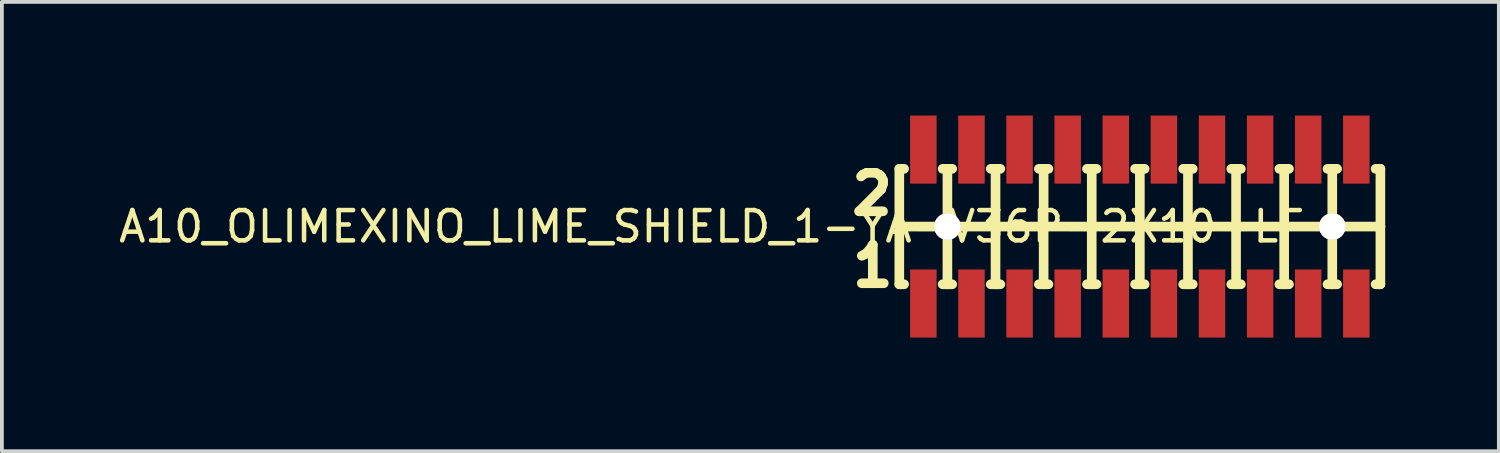
<source format=kicad_pcb>
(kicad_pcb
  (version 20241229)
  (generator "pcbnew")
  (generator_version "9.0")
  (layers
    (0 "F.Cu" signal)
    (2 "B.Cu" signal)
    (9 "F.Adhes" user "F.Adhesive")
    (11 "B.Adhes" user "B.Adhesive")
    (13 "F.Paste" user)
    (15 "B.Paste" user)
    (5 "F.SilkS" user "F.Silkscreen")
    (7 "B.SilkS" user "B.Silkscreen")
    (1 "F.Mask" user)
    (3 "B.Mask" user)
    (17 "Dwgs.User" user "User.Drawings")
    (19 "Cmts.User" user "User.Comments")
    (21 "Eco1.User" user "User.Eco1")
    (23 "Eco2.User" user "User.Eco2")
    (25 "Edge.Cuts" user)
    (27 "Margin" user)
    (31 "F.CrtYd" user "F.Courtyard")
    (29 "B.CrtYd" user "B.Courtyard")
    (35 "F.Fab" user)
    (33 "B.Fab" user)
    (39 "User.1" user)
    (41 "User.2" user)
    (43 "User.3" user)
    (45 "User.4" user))
  (footprint "A10_OLIMEXINO_LIME_SHIELD_1-YA-V36P-2X10-LF"
    (layer "F.Cu")
    (at 27.041 2.931)
    (property "Reference" "A10_OLIMEXINO_LIME_SHIELD_1-YA-V36P-2X10-LF" (at -11.303 0 0) (layer "F.SilkS") (effects (font (size 0.8 0.8) (thickness 0.12))))
    (attr smd)
    (fp_line (start -6.35 -1.524) (end -6.35 0) (stroke (width 0.254) (type solid)) (layer "F.SilkS"))
    (fp_line (start -6.35 0) (end -6.35 1.524) (stroke (width 0.254) (type solid)) (layer "F.SilkS"))
    (fp_line (start -6.35 0) (end -5.08 0) (stroke (width 0.254) (type solid)) (layer "F.SilkS"))
    (fp_line (start -6.35 1.524) (end -6.223 1.524) (stroke (width 0.254) (type solid)) (layer "F.SilkS"))
    (fp_line (start -6.223 -1.524) (end -6.35 -1.524) (stroke (width 0.254) (type solid)) (layer "F.SilkS"))
    (fp_line (start -5.428 0) (end -4.729 0) (stroke (width 0.127) (type solid)) (layer "F.SilkS"))
    (fp_line (start -5.207 -1.524) (end -5.08 -1.524) (stroke (width 0.254) (type solid)) (layer "F.SilkS"))
    (fp_line (start -5.207 1.524) (end -5.08 1.524) (stroke (width 0.254) (type solid)) (layer "F.SilkS"))
    (fp_line (start -5.08 -1.524) (end -4.953 -1.524) (stroke (width 0.254) (type solid)) (layer "F.SilkS"))
    (fp_line (start -5.08 0) (end -5.08 -1.524) (stroke (width 0.254) (type solid)) (layer "F.SilkS"))
    (fp_line (start -5.08 0) (end -3.81 0) (stroke (width 0.254) (type solid)) (layer "F.SilkS"))
    (fp_line (start -5.08 0.348) (end -5.08 -0.348) (stroke (width 0.127) (type solid)) (layer "F.SilkS"))
    (fp_line (start -5.08 1.524) (end -5.08 0) (stroke (width 0.254) (type solid)) (layer "F.SilkS"))
    (fp_line (start -5.08 1.524) (end -4.953 1.524) (stroke (width 0.254) (type solid)) (layer "F.SilkS"))
    (fp_line (start -3.937 -1.524) (end -3.81 -1.524) (stroke (width 0.254) (type solid)) (layer "F.SilkS"))
    (fp_line (start -3.937 1.524) (end -3.81 1.524) (stroke (width 0.254) (type solid)) (layer "F.SilkS"))
    (fp_line (start -3.81 -1.524) (end -3.683 -1.524) (stroke (width 0.254) (type solid)) (layer "F.SilkS"))
    (fp_line (start -3.81 0) (end -3.81 -1.524) (stroke (width 0.254) (type solid)) (layer "F.SilkS"))
    (fp_line (start -3.81 0) (end -2.54 0) (stroke (width 0.254) (type solid)) (layer "F.SilkS"))
    (fp_line (start -3.81 1.524) (end -3.81 0) (stroke (width 0.254) (type solid)) (layer "F.SilkS"))
    (fp_line (start -3.81 1.524) (end -3.683 1.524) (stroke (width 0.254) (type solid)) (layer "F.SilkS"))
    (fp_line (start -2.667 -1.524) (end -2.54 -1.524) (stroke (width 0.254) (type solid)) (layer "F.SilkS"))
    (fp_line (start -2.667 1.524) (end -2.54 1.524) (stroke (width 0.254) (type solid)) (layer "F.SilkS"))
    (fp_line (start -2.54 -1.524) (end -2.413 -1.524) (stroke (width 0.254) (type solid)) (layer "F.SilkS"))
    (fp_line (start -2.54 0) (end -2.54 -1.524) (stroke (width 0.254) (type solid)) (layer "F.SilkS"))
    (fp_line (start -2.54 0) (end -1.27 0) (stroke (width 0.254) (type solid)) (layer "F.SilkS"))
    (fp_line (start -2.54 1.524) (end -2.54 0) (stroke (width 0.254) (type solid)) (layer "F.SilkS"))
    (fp_line (start -2.54 1.524) (end -2.413 1.524) (stroke (width 0.254) (type solid)) (layer "F.SilkS"))
    (fp_line (start -1.397 -1.524) (end -1.27 -1.524) (stroke (width 0.254) (type solid)) (layer "F.SilkS"))
    (fp_line (start -1.397 1.524) (end -1.27 1.524) (stroke (width 0.254) (type solid)) (layer "F.SilkS"))
    (fp_line (start -1.27 -1.524) (end -1.143 -1.524) (stroke (width 0.254) (type solid)) (layer "F.SilkS"))
    (fp_line (start -1.27 0) (end -1.27 -1.524) (stroke (width 0.254) (type solid)) (layer "F.SilkS"))
    (fp_line (start -1.27 0) (end 0 0) (stroke (width 0.254) (type solid)) (layer "F.SilkS"))
    (fp_line (start -1.27 1.524) (end -1.27 0) (stroke (width 0.254) (type solid)) (layer "F.SilkS"))
    (fp_line (start -1.27 1.524) (end -1.143 1.524) (stroke (width 0.254) (type solid)) (layer "F.SilkS"))
    (fp_line (start -0.127 -1.524) (end 0 -1.524) (stroke (width 0.254) (type solid)) (layer "F.SilkS"))
    (fp_line (start -0.127 1.524) (end 0 1.524) (stroke (width 0.254) (type solid)) (layer "F.SilkS"))
    (fp_line (start 0 -1.524) (end 0.127 -1.524) (stroke (width 0.254) (type solid)) (layer "F.SilkS"))
    (fp_line (start 0 0) (end 0 -1.524) (stroke (width 0.254) (type solid)) (layer "F.SilkS"))
    (fp_line (start 0 0) (end 1.27 0) (stroke (width 0.254) (type solid)) (layer "F.SilkS"))
    (fp_line (start 0 1.524) (end 0 0) (stroke (width 0.254) (type solid)) (layer "F.SilkS"))
    (fp_line (start 0 1.524) (end 0.127 1.524) (stroke (width 0.254) (type solid)) (layer "F.SilkS"))
    (fp_line (start 1.143 -1.524) (end 1.27 -1.524) (stroke (width 0.254) (type solid)) (layer "F.SilkS"))
    (fp_line (start 1.143 1.524) (end 1.27 1.524) (stroke (width 0.254) (type solid)) (layer "F.SilkS"))
    (fp_line (start 1.27 -1.524) (end 1.397 -1.524) (stroke (width 0.254) (type solid)) (layer "F.SilkS"))
    (fp_line (start 1.27 0) (end 1.27 -1.524) (stroke (width 0.254) (type solid)) (layer "F.SilkS"))
    (fp_line (start 1.27 0) (end 2.54 0) (stroke (width 0.254) (type solid)) (layer "F.SilkS"))
    (fp_line (start 1.27 1.524) (end 1.27 0) (stroke (width 0.254) (type solid)) (layer "F.SilkS"))
    (fp_line (start 1.27 1.524) (end 1.397 1.524) (stroke (width 0.254) (type solid)) (layer "F.SilkS"))
    (fp_line (start 2.413 -1.524) (end 2.54 -1.524) (stroke (width 0.254) (type solid)) (layer "F.SilkS"))
    (fp_line (start 2.413 1.524) (end 2.54 1.524) (stroke (width 0.254) (type solid)) (layer "F.SilkS"))
    (fp_line (start 2.54 -1.524) (end 2.667 -1.524) (stroke (width 0.254) (type solid)) (layer "F.SilkS"))
    (fp_line (start 2.54 0) (end 2.54 -1.524) (stroke (width 0.254) (type solid)) (layer "F.SilkS"))
    (fp_line (start 2.54 0) (end 3.81 0) (stroke (width 0.254) (type solid)) (layer "F.SilkS"))
    (fp_line (start 2.54 1.524) (end 2.54 0) (stroke (width 0.254) (type solid)) (layer "F.SilkS"))
    (fp_line (start 2.54 1.524) (end 2.667 1.524) (stroke (width 0.254) (type solid)) (layer "F.SilkS"))
    (fp_line (start 3.683 -1.524) (end 3.81 -1.524) (stroke (width 0.254) (type solid)) (layer "F.SilkS"))
    (fp_line (start 3.683 1.524) (end 3.81 1.524) (stroke (width 0.254) (type solid)) (layer "F.SilkS"))
    (fp_line (start 3.81 -1.524) (end 3.937 -1.524) (stroke (width 0.254) (type solid)) (layer "F.SilkS"))
    (fp_line (start 3.81 0) (end 3.81 -1.524) (stroke (width 0.254) (type solid)) (layer "F.SilkS"))
    (fp_line (start 3.81 0) (end 5.08 0) (stroke (width 0.254) (type solid)) (layer "F.SilkS"))
    (fp_line (start 3.81 1.524) (end 3.81 0) (stroke (width 0.254) (type solid)) (layer "F.SilkS"))
    (fp_line (start 3.81 1.524) (end 3.937 1.524) (stroke (width 0.254) (type solid)) (layer "F.SilkS"))
    (fp_line (start 4.729 0) (end 5.428 0) (stroke (width 0.127) (type solid)) (layer "F.SilkS"))
    (fp_line (start 4.953 -1.524) (end 5.08 -1.524) (stroke (width 0.254) (type solid)) (layer "F.SilkS"))
    (fp_line (start 4.953 1.524) (end 5.08 1.524) (stroke (width 0.254) (type solid)) (layer "F.SilkS"))
    (fp_line (start 5.08 -1.524) (end 5.207 -1.524) (stroke (width 0.254) (type solid)) (layer "F.SilkS"))
    (fp_line (start 5.08 0) (end 5.08 -1.524) (stroke (width 0.254) (type solid)) (layer "F.SilkS"))
    (fp_line (start 5.08 0) (end 6.35 0) (stroke (width 0.254) (type solid)) (layer "F.SilkS"))
    (fp_line (start 5.08 0.348) (end 5.08 -0.348) (stroke (width 0.127) (type solid)) (layer "F.SilkS"))
    (fp_line (start 5.08 1.524) (end 5.08 0) (stroke (width 0.254) (type solid)) (layer "F.SilkS"))
    (fp_line (start 5.08 1.524) (end 5.207 1.524) (stroke (width 0.254) (type solid)) (layer "F.SilkS"))
    (fp_line (start 6.223 -1.524) (end 6.35 -1.524) (stroke (width 0.254) (type solid)) (layer "F.SilkS"))
    (fp_line (start 6.223 1.524) (end 6.35 1.524) (stroke (width 0.254) (type solid)) (layer "F.SilkS"))
    (fp_line (start 6.35 0) (end 6.35 -1.524) (stroke (width 0.254) (type solid)) (layer "F.SilkS"))
    (fp_line (start 6.35 1.524) (end 6.35 0) (stroke (width 0.254) (type solid)) (layer "F.SilkS"))
    (fp_circle (center -5.08 0) (end -5.253 0.173) (stroke (width 0.127) (type solid)) (fill no) (layer "F.SilkS"))
    (fp_circle (center 5.08 0) (end 5.253 0.173) (stroke (width 0.127) (type solid)) (fill no) (layer "F.SilkS"))
    (fp_line (start -6.223 -1.524) (end -5.207 -1.524) (stroke (width 0.254) (type solid)) (layer "Eco1.User"))
    (fp_line (start -6.223 1.524) (end -5.207 1.524) (stroke (width 0.254) (type solid)) (layer "Eco1.User"))
    (fp_line (start -4.953 -1.524) (end -3.937 -1.524) (stroke (width 0.254) (type solid)) (layer "Eco1.User"))
    (fp_line (start -4.953 1.524) (end -3.937 1.524) (stroke (width 0.254) (type solid)) (layer "Eco1.User"))
    (fp_line (start -3.683 -1.524) (end -2.667 -1.524) (stroke (width 0.254) (type solid)) (layer "Eco1.User"))
    (fp_line (start -3.683 1.524) (end -2.667 1.524) (stroke (width 0.254) (type solid)) (layer "Eco1.User"))
    (fp_line (start -2.413 -1.524) (end -1.397 -1.524) (stroke (width 0.254) (type solid)) (layer "Eco1.User"))
    (fp_line (start -2.413 1.524) (end -1.397 1.524) (stroke (width 0.254) (type solid)) (layer "Eco1.User"))
    (fp_line (start -1.143 -1.524) (end -0.127 -1.524) (stroke (width 0.254) (type solid)) (layer "Eco1.User"))
    (fp_line (start -1.143 1.524) (end -0.127 1.524) (stroke (width 0.254) (type solid)) (layer "Eco1.User"))
    (fp_line (start 0.127 -1.524) (end 1.143 -1.524) (stroke (width 0.254) (type solid)) (layer "Eco1.User"))
    (fp_line (start 0.127 1.524) (end 1.143 1.524) (stroke (width 0.254) (type solid)) (layer "Eco1.User"))
    (fp_line (start 1.397 -1.524) (end 2.413 -1.524) (stroke (width 0.254) (type solid)) (layer "Eco1.User"))
    (fp_line (start 1.397 1.524) (end 2.413 1.524) (stroke (width 0.254) (type solid)) (layer "Eco1.User"))
    (fp_line (start 2.667 -1.524) (end 3.683 -1.524) (stroke (width 0.254) (type solid)) (layer "Eco1.User"))
    (fp_line (start 2.667 1.524) (end 3.683 1.524) (stroke (width 0.254) (type solid)) (layer "Eco1.User"))
    (fp_line (start 3.937 -1.524) (end 4.953 -1.524) (stroke (width 0.254) (type solid)) (layer "Eco1.User"))
    (fp_line (start 3.937 1.524) (end 4.953 1.524) (stroke (width 0.254) (type solid)) (layer "Eco1.User"))
    (fp_line (start 5.207 -1.524) (end 6.223 -1.524) (stroke (width 0.254) (type solid)) (layer "Eco1.User"))
    (fp_line (start 5.207 1.524) (end 6.223 1.524) (stroke (width 0.254) (type solid)) (layer "Eco1.User"))
    (fp_text user "2" (at -7.07 -0.86 0) (layer "F.SilkS") (effects (font (size 1.016 1.016) (thickness 0.254))))
    (fp_text user "1" (at -7.05 1.04 0) (layer "F.SilkS") (effects (font (size 1.016 1.016) (thickness 0.254))))
    (pad "" np_thru_hole circle (at -5.08 0) (size 0.7 0.7) (drill 0.7) (layers "*.Cu" "*.SilkS" "*.Mask"))
    (pad "" np_thru_hole circle (at 5.08 0) (size 0.7 0.7) (drill 0.7) (layers "*.Cu" "*.SilkS" "*.Mask"))
    (pad "1" smd rect (at -5.715 2.032 90) (size 1.798 0.699) (layers "F.Cu" "F.Mask" "F.Paste"))
    (pad "2" smd rect (at -5.715 -2.032 90) (size 1.798 0.699) (layers "F.Cu" "F.Mask" "F.Paste"))
    (pad "3" smd rect (at -4.445 2.032 90) (size 1.798 0.699) (layers "F.Cu" "F.Mask" "F.Paste"))
    (pad "4" smd rect (at -4.445 -2.032 90) (size 1.798 0.699) (layers "F.Cu" "F.Mask" "F.Paste"))
    (pad "5" smd rect (at -3.175 2.032 90) (size 1.798 0.699) (layers "F.Cu" "F.Mask" "F.Paste"))
    (pad "6" smd rect (at -3.175 -2.032 90) (size 1.798 0.699) (layers "F.Cu" "F.Mask" "F.Paste"))
    (pad "7" smd rect (at -1.905 2.032 90) (size 1.798 0.699) (layers "F.Cu" "F.Mask" "F.Paste"))
    (pad "8" smd rect (at -1.905 -2.032 90) (size 1.798 0.699) (layers "F.Cu" "F.Mask" "F.Paste"))
    (pad "9" smd rect (at -0.635 2.032 90) (size 1.798 0.699) (layers "F.Cu" "F.Mask" "F.Paste"))
    (pad "10" smd rect (at -0.635 -2.032 90) (size 1.798 0.699) (layers "F.Cu" "F.Mask" "F.Paste"))
    (pad "11" smd rect (at 0.635 2.032 90) (size 1.798 0.699) (layers "F.Cu" "F.Mask" "F.Paste"))
    (pad "12" smd rect (at 0.635 -2.032 90) (size 1.798 0.699) (layers "F.Cu" "F.Mask" "F.Paste"))
    (pad "13" smd rect (at 1.905 2.032 90) (size 1.798 0.699) (layers "F.Cu" "F.Mask" "F.Paste"))
    (pad "14" smd rect (at 1.905 -2.032 90) (size 1.798 0.699) (layers "F.Cu" "F.Mask" "F.Paste"))
    (pad "15" smd rect (at 3.175 2.032 90) (size 1.798 0.699) (layers "F.Cu" "F.Mask" "F.Paste"))
    (pad "16" smd rect (at 3.175 -2.032 90) (size 1.798 0.699) (layers "F.Cu" "F.Mask" "F.Paste"))
    (pad "17" smd rect (at 4.445 2.032 90) (size 1.798 0.699) (layers "F.Cu" "F.Mask" "F.Paste"))
    (pad "18" smd rect (at 4.445 -2.032 90) (size 1.798 0.699) (layers "F.Cu" "F.Mask" "F.Paste"))
    (pad "19" smd rect (at 5.715 2.032 90) (size 1.798 0.699) (layers "F.Cu" "F.Mask" "F.Paste"))
    (pad "20" smd rect (at 5.715 -2.032 90) (size 1.798 0.699) (layers "F.Cu" "F.Mask" "F.Paste")))
  (gr_rect
    (start -3 -3)
    (end 36.518 8.862)
    (stroke (width 0.1) (type default))
    (fill no)
    (layer "Edge.Cuts")))
</source>
